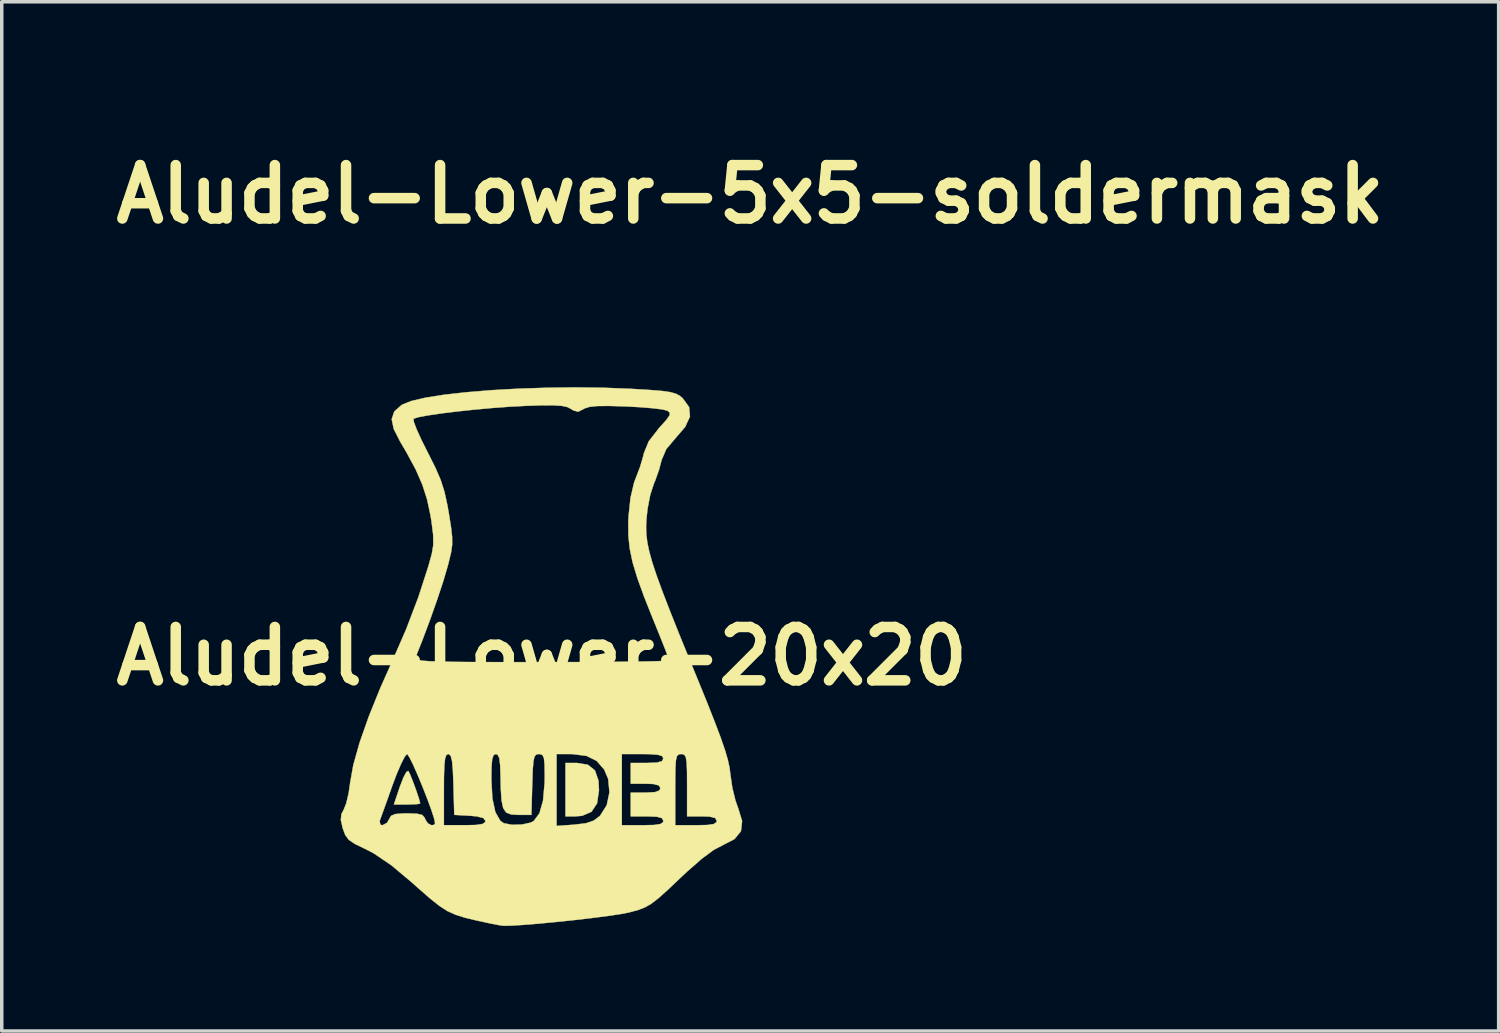
<source format=kicad_pcb>
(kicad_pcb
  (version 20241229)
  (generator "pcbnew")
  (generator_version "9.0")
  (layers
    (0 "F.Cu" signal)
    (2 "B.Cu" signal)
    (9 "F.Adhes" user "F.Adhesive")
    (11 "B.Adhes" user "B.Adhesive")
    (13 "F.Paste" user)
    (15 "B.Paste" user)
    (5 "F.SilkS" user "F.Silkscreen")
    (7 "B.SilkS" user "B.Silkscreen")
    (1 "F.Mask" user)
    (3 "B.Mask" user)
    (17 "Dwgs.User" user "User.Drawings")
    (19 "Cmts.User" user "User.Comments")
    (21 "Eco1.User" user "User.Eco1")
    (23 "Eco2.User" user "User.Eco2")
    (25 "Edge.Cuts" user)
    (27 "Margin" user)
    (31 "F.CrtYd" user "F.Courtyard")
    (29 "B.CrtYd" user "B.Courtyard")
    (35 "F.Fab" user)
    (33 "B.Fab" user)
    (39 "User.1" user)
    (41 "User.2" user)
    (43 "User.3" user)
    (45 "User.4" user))
  (footprint "Aludel-Lower-20x20"
    (layer "F.Cu")
    (at 12.417 15.684)
    (property "Reference" "Aludel-Lower-20x20" (at 0 0 0) (layer "F.SilkS") (effects (font (size 1.524 1.524) (thickness 0.3))))
    (attr through_hole)
    (fp_poly (pts (xy 1.316 3.099) (xy 1.518 3.261) (xy 1.618 3.549) (xy 1.634 3.83) (xy 1.579 4.201) (xy 1.421 4.44) (xy 1.152 4.557) (xy 0.964 4.572) (xy 0.677 4.572) (xy 0.677 3.048) (xy 1.003 3.048) (xy 1.316 3.099)) (stroke (width 0.01) (type solid)) (fill yes) (layer "F.SilkS"))
    (fp_poly (pts (xy -3.758 3.378) (xy -3.676 3.583) (xy -3.586 3.828) (xy -3.511 4.051) (xy -3.473 4.193) (xy -3.471 4.206) (xy -3.547 4.222) (xy -3.738 4.232) (xy -3.847 4.233) (xy -4.222 4.233) (xy -4.048 3.718) (xy -3.951 3.467) (xy -3.866 3.307) (xy -3.811 3.274) (xy -3.758 3.378)) (stroke (width 0.01) (type solid)) (fill yes) (layer "F.SilkS"))
    (fp_poly (pts (xy 1.771 -7.664) (xy 2.558 -7.633) (xy 2.605 -7.63) (xy 3.087 -7.601) (xy 3.431 -7.573) (xy 3.667 -7.539) (xy 3.826 -7.495) (xy 3.939 -7.435) (xy 4.023 -7.365) (xy 4.207 -7.112) (xy 4.231 -6.842) (xy 4.094 -6.545) (xy 3.853 -6.266) (xy 3.556 -5.914) (xy 3.42 -5.598) (xy 3.419 -5.592) (xy 3.349 -5.324) (xy 3.239 -5.014) (xy 3.198 -4.917) (xy 3.097 -4.607) (xy 3.02 -4.207) (xy 2.988 -3.901) (xy 2.979 -3.686) (xy 2.986 -3.473) (xy 3.014 -3.247) (xy 3.068 -2.989) (xy 3.153 -2.683) (xy 3.275 -2.314) (xy 3.439 -1.864) (xy 3.65 -1.317) (xy 3.913 -0.656) (xy 4.235 0.135) (xy 4.44 0.635) (xy 4.721 1.325) (xy 4.941 1.882) (xy 5.108 2.324) (xy 5.229 2.675) (xy 5.311 2.954) (xy 5.361 3.183) (xy 5.386 3.382) (xy 5.387 3.387) (xy 5.44 3.755) (xy 5.531 4.125) (xy 5.606 4.334) (xy 5.72 4.705) (xy 5.687 4.996) (xy 5.503 5.221) (xy 5.177 5.39) (xy 4.91 5.53) (xy 4.573 5.779) (xy 4.152 6.147) (xy 3.933 6.353) (xy 3.587 6.681) (xy 3.328 6.912) (xy 3.124 7.069) (xy 2.941 7.173) (xy 2.746 7.247) (xy 2.506 7.312) (xy 2.493 7.316) (xy 2.252 7.362) (xy 1.882 7.417) (xy 1.422 7.476) (xy 0.908 7.536) (xy 0.379 7.591) (xy -0.127 7.639) (xy -0.572 7.674) (xy -0.918 7.694) (xy -1.101 7.696) (xy -1.241 7.675) (xy -1.495 7.625) (xy -1.812 7.556) (xy -1.863 7.545) (xy -2.198 7.464) (xy -2.462 7.381) (xy -2.693 7.277) (xy -2.924 7.128) (xy -3.192 6.915) (xy -3.533 6.617) (xy -3.712 6.457) (xy -4.294 5.969) (xy -4.799 5.627) (xy -5.04 5.502) (xy -5.332 5.362) (xy -5.508 5.244) (xy -5.61 5.107) (xy -5.68 4.92) (xy -5.729 4.705) (xy -4.628 4.705) (xy -4.609 4.81) (xy -4.544 4.826) (xy -4.416 4.755) (xy -4.36 4.657) (xy -4.302 4.557) (xy -4.178 4.506) (xy -3.945 4.488) (xy -3.839 4.487) (xy -3.562 4.497) (xy -3.411 4.534) (xy -3.341 4.614) (xy -3.327 4.657) (xy -3.251 4.773) (xy -3.14 4.831) (xy -3.058 4.804) (xy -3.047 4.763) (xy -3.076 4.624) (xy -3.155 4.381) (xy -3.269 4.07) (xy -3.371 3.81) (xy -2.794 3.81) (xy -2.794 4.826) (xy -2.201 4.826) (xy -1.877 4.818) (xy -1.691 4.79) (xy -1.615 4.736) (xy -1.609 4.703) (xy -1.666 4.622) (xy -1.854 4.573) (xy -2.053 4.555) (xy -2.498 4.53) (xy -2.522 3.662) (xy -2.527 3.518) (xy -1.439 3.518) (xy -1.41 4.06) (xy -1.324 4.456) (xy -1.182 4.701) (xy -1.081 4.769) (xy -0.847 4.814) (xy -0.564 4.805) (xy -0.317 4.751) (xy -0.23 4.706) (xy -0.068 4.489) (xy 0.036 4.126) (xy 0.082 3.611) (xy 0.085 3.408) (xy 0.08 3.09) (xy 0.061 2.905) (xy 0.016 2.818) (xy -0.062 2.794) (xy -0.082 2.794) (xy 0.423 2.794) (xy 0.423 4.846) (xy 0.935 4.809) (xy 1.263 4.769) (xy 1.484 4.694) (xy 1.658 4.561) (xy 1.666 4.553) (xy 1.855 4.255) (xy 1.933 3.885) (xy 1.896 3.504) (xy 1.783 3.236) (xy 1.566 2.988) (xy 1.277 2.846) (xy 0.877 2.795) (xy 0.799 2.794) (xy 2.286 2.794) (xy 2.286 4.826) (xy 2.879 4.826) (xy 3.201 4.819) (xy 3.385 4.792) (xy 3.463 4.739) (xy 3.471 4.699) (xy 3.43 4.622) (xy 3.283 4.583) (xy 3.006 4.572) (xy 2.54 4.572) (xy 2.54 3.895) (xy 2.963 3.895) (xy 3.23 3.881) (xy 3.36 3.834) (xy 3.369 3.81) (xy 3.81 3.81) (xy 3.81 4.826) (xy 4.403 4.826) (xy 4.725 4.819) (xy 4.909 4.792) (xy 4.987 4.739) (xy 4.995 4.699) (xy 4.95 4.619) (xy 4.793 4.58) (xy 4.572 4.572) (xy 4.149 4.572) (xy 4.149 3.683) (xy 4.147 3.286) (xy 4.136 3.029) (xy 4.112 2.881) (xy 4.069 2.813) (xy 4.001 2.794) (xy 3.979 2.794) (xy 3.908 2.804) (xy 3.86 2.853) (xy 3.831 2.968) (xy 3.816 3.178) (xy 3.811 3.511) (xy 3.81 3.81) (xy 3.369 3.81) (xy 3.387 3.768) (xy 3.341 3.688) (xy 3.184 3.649) (xy 2.963 3.641) (xy 2.54 3.641) (xy 2.54 3.048) (xy 3.006 3.048) (xy 3.286 3.037) (xy 3.431 2.997) (xy 3.471 2.921) (xy 3.436 2.852) (xy 3.311 2.813) (xy 3.064 2.796) (xy 2.879 2.794) (xy 2.286 2.794) (xy 0.799 2.794) (xy 0.423 2.794) (xy -0.082 2.794) (xy -0.157 2.807) (xy -0.207 2.867) (xy -0.238 3.003) (xy -0.258 3.245) (xy -0.271 3.625) (xy -0.272 3.662) (xy -0.296 4.53) (xy -0.674 4.53) (xy -0.876 4.518) (xy -1.014 4.463) (xy -1.1 4.34) (xy -1.148 4.12) (xy -1.17 3.777) (xy -1.177 3.45) (xy -1.188 3.108) (xy -1.214 2.905) (xy -1.261 2.811) (xy -1.312 2.794) (xy -1.376 2.825) (xy -1.415 2.936) (xy -1.434 3.158) (xy -1.439 3.518) (xy -2.527 3.518) (xy -2.538 3.257) (xy -2.561 2.996) (xy -2.597 2.851) (xy -2.65 2.797) (xy -2.67 2.794) (xy -2.724 2.821) (xy -2.76 2.921) (xy -2.781 3.118) (xy -2.792 3.437) (xy -2.794 3.81) (xy -3.371 3.81) (xy -3.403 3.729) (xy -3.542 3.394) (xy -3.671 3.102) (xy -3.775 2.891) (xy -3.839 2.796) (xy -3.845 2.794) (xy -3.912 2.869) (xy -4.017 3.073) (xy -4.145 3.372) (xy -4.264 3.689) (xy -4.396 4.061) (xy -4.511 4.381) (xy -4.594 4.61) (xy -4.628 4.705) (xy -5.729 4.705) (xy -5.737 4.675) (xy -5.719 4.506) (xy -5.656 4.385) (xy -5.582 4.201) (xy -5.514 3.914) (xy -5.472 3.622) (xy -5.381 3.108) (xy -5.202 2.471) (xy -4.942 1.73) (xy -4.607 0.902) (xy -4.28 0.169) (xy -3.875 -0.761) (xy -3.52 -1.693) (xy -3.236 -2.572) (xy -3.137 -2.93) (xy -3.097 -3.176) (xy -3.101 -3.47) (xy -3.15 -3.86) (xy -3.176 -4.016) (xy -3.273 -4.472) (xy -3.407 -4.892) (xy -3.596 -5.325) (xy -3.861 -5.817) (xy -4.04 -6.121) (xy -4.226 -6.486) (xy -4.284 -6.765) (xy -4.28 -6.777) (xy -3.663 -6.777) (xy -3.651 -6.685) (xy -3.571 -6.475) (xy -3.437 -6.179) (xy -3.26 -5.827) (xy -3.26 -5.827) (xy -3.039 -5.386) (xy -2.884 -5.028) (xy -2.777 -4.69) (xy -2.694 -4.312) (xy -2.653 -4.076) (xy -2.59 -3.683) (xy -2.559 -3.402) (xy -2.558 -3.177) (xy -2.591 -2.952) (xy -2.659 -2.673) (xy -2.695 -2.538) (xy -2.814 -2.134) (xy -2.983 -1.624) (xy -3.182 -1.06) (xy -3.395 -0.49) (xy -3.598 0.021) (xy -3.605 0.057) (xy -3.583 0.087) (xy -3.519 0.11) (xy -3.398 0.129) (xy -3.205 0.144) (xy -2.926 0.154) (xy -2.545 0.161) (xy -2.05 0.166) (xy -1.424 0.168) (xy -0.654 0.169) (xy -0.009 0.169) (xy 0.759 0.168) (xy 1.471 0.165) (xy 2.112 0.16) (xy 2.663 0.154) (xy 3.108 0.147) (xy 3.429 0.138) (xy 3.608 0.128) (xy 3.641 0.122) (xy 3.61 0.031) (xy 3.527 -0.188) (xy 3.401 -0.504) (xy 3.246 -0.889) (xy 3.182 -1.044) (xy 2.922 -1.697) (xy 2.729 -2.231) (xy 2.594 -2.677) (xy 2.512 -3.069) (xy 2.473 -3.439) (xy 2.47 -3.819) (xy 2.477 -3.983) (xy 2.534 -4.524) (xy 2.636 -4.958) (xy 2.685 -5.087) (xy 2.803 -5.394) (xy 2.895 -5.704) (xy 2.914 -5.791) (xy 3.055 -6.136) (xy 3.355 -6.522) (xy 3.356 -6.523) (xy 3.556 -6.744) (xy 3.65 -6.877) (xy 3.654 -6.955) (xy 3.583 -7.01) (xy 3.583 -7.011) (xy 3.441 -7.045) (xy 3.169 -7.079) (xy 2.807 -7.109) (xy 2.393 -7.131) (xy 1.921 -7.145) (xy 1.588 -7.142) (xy 1.366 -7.119) (xy 1.225 -7.075) (xy 1.187 -7.053) (xy 1.037 -6.978) (xy 0.898 -7.019) (xy 0.833 -7.061) (xy 0.724 -7.115) (xy 0.563 -7.148) (xy 0.319 -7.163) (xy -0.038 -7.161) (xy -0.458 -7.147) (xy -0.912 -7.123) (xy -1.411 -7.086) (xy -1.925 -7.039) (xy -2.423 -6.986) (xy -2.876 -6.93) (xy -3.253 -6.874) (xy -3.524 -6.823) (xy -3.659 -6.78) (xy -3.663 -6.777) (xy -4.28 -6.777) (xy -4.212 -6.984) (xy -4.008 -7.166) (xy -3.98 -7.184) (xy -3.724 -7.286) (xy -3.321 -7.38) (xy -2.792 -7.464) (xy -2.161 -7.535) (xy -1.449 -7.594) (xy -0.677 -7.637) (xy 0.131 -7.664) (xy 0.955 -7.674) (xy 1.771 -7.664)) (stroke (width 0.01) (type solid)) (fill yes) (layer "F.SilkS")))
  (footprint "Aludel-Lower-5x5-soldermask"
    (layer "F.Cu")
    (at 18.368 2.498)
    (property "Reference" "Aludel-Lower-5x5-soldermask" (at 0 0 0) (layer "F.SilkS") (effects (font (size 1.524 1.524) (thickness 0.3))))
    (attr board_only exclude_from_pos_files exclude_from_bom)
    (fp_poly (pts (xy 0.046 -2.496) (xy 0.095 -2.486) (xy 0.109 -2.479) (xy 0.135 -2.465) (xy 0.175 -2.442) (xy 0.225 -2.412) (xy 0.287 -2.375) (xy 0.357 -2.332) (xy 0.436 -2.284) (xy 0.522 -2.232) (xy 0.614 -2.175) (xy 0.711 -2.115) (xy 0.812 -2.053) (xy 0.917 -1.988) (xy 1.023 -1.922) (xy 1.131 -1.855) (xy 1.239 -1.787) (xy 1.345 -1.721) (xy 1.449 -1.655) (xy 1.551 -1.592) (xy 1.648 -1.531) (xy 1.739 -1.473) (xy 1.825 -1.418) (xy 1.903 -1.368) (xy 1.973 -1.324) (xy 2.034 -1.284) (xy 2.084 -1.252) (xy 2.122 -1.226) (xy 2.148 -1.208) (xy 2.161 -1.198) (xy 2.185 -1.17) (xy 2.208 -1.136) (xy 2.221 -1.112) (xy 2.246 -1.061) (xy 2.249 -0.722) (xy 2.249 -0.618) (xy 2.249 -0.532) (xy 2.249 -0.463) (xy 2.247 -0.41) (xy 2.245 -0.373) (xy 2.243 -0.352) (xy 2.242 -0.35) (xy 2.224 -0.314) (xy 2.194 -0.282) (xy 2.157 -0.258) (xy 2.136 -0.25) (xy 2.124 -0.248) (xy 2.102 -0.246) (xy 2.068 -0.245) (xy 2.023 -0.244) (xy 1.966 -0.243) (xy 1.896 -0.242) (xy 1.812 -0.242) (xy 1.713 -0.242) (xy 1.599 -0.242) (xy 1.469 -0.242) (xy 1.381 -0.242) (xy 1.251 -0.243) (xy 1.137 -0.243) (xy 1.038 -0.243) (xy 0.953 -0.244) (xy 0.88 -0.244) (xy 0.82 -0.245) (xy 0.77 -0.247) (xy 0.729 -0.249) (xy 0.696 -0.253) (xy 0.671 -0.257) (xy 0.652 -0.262) (xy 0.638 -0.269) (xy 0.628 -0.277) (xy 0.621 -0.287) (xy 0.615 -0.299) (xy 0.61 -0.312) (xy 0.605 -0.328) (xy 0.598 -0.345) (xy 0.549 -0.44) (xy 0.489 -0.522) (xy 0.418 -0.592) (xy 0.335 -0.65) (xy 0.273 -0.683) (xy 0.209 -0.71) (xy 0.149 -0.728) (xy 0.088 -0.738) (xy 0.018 -0.742) (xy 0 -0.742) (xy -0.07 -0.74) (xy -0.131 -0.732) (xy -0.187 -0.717) (xy -0.247 -0.694) (xy -0.288 -0.675) (xy -0.379 -0.621) (xy -0.458 -0.555) (xy -0.525 -0.477) (xy -0.579 -0.387) (xy -0.619 -0.292) (xy -0.63 -0.244) (xy -0.638 -0.186) (xy -0.643 -0.122) (xy -0.643 -0.058) (xy -0.639 -0.000205) (xy -0.632 0.036) (xy -0.602 0.131) (xy -0.556 0.22) (xy -0.496 0.303) (xy -0.425 0.377) (xy -0.344 0.441) (xy -0.255 0.492) (xy -0.185 0.521) (xy -0.153 0.531) (xy -0.126 0.538) (xy -0.098 0.542) (xy -0.063 0.544) (xy -0.018 0.545) (xy -0.004 0.545) (xy 0.065 0.543) (xy 0.123 0.538) (xy 0.175 0.527) (xy 0.226 0.509) (xy 0.282 0.484) (xy 0.289 0.48) (xy 0.373 0.431) (xy 0.445 0.372) (xy 0.508 0.302) (xy 0.562 0.218) (xy 0.594 0.157) (xy 0.612 0.121) (xy 0.63 0.09) (xy 0.644 0.069) (xy 0.652 0.06) (xy 0.664 0.059) (xy 0.691 0.057) (xy 0.732 0.056) (xy 0.786 0.055) (xy 0.851 0.054) (xy 0.925 0.053) (xy 1.007 0.052) (xy 1.096 0.052) (xy 1.19 0.051) (xy 1.287 0.051) (xy 1.385 0.051) (xy 1.484 0.051) (xy 1.582 0.051) (xy 1.677 0.052) (xy 1.768 0.052) (xy 1.852 0.053) (xy 1.93 0.054) (xy 1.998 0.055) (xy 2.056 0.056) (xy 2.102 0.057) (xy 2.134 0.059) (xy 2.151 0.06) (xy 2.153 0.061) (xy 2.192 0.084) (xy 2.225 0.123) (xy 2.234 0.139) (xy 2.237 0.144) (xy 2.239 0.15) (xy 2.241 0.158) (xy 2.242 0.169) (xy 2.244 0.184) (xy 2.245 0.203) (xy 2.246 0.227) (xy 2.247 0.258) (xy 2.248 0.296) (xy 2.249 0.343) (xy 2.249 0.398) (xy 2.25 0.464) (xy 2.25 0.54) (xy 2.25 0.629) (xy 2.25 0.73) (xy 2.25 0.844) (xy 2.25 0.973) (xy 2.251 1.117) (xy 2.251 1.276) (xy 2.25 1.44) (xy 2.25 1.589) (xy 2.25 1.722) (xy 2.25 1.84) (xy 2.25 1.945) (xy 2.249 2.036) (xy 2.249 2.115) (xy 2.248 2.183) (xy 2.247 2.24) (xy 2.247 2.287) (xy 2.246 2.325) (xy 2.245 2.355) (xy 2.243 2.377) (xy 2.242 2.393) (xy 2.24 2.403) (xy 2.239 2.408) (xy 2.219 2.44) (xy 2.187 2.469) (xy 2.152 2.492) (xy 2.133 2.499) (xy 2.119 2.501) (xy 2.088 2.502) (xy 2.042 2.503) (xy 1.979 2.504) (xy 1.899 2.505) (xy 1.803 2.506) (xy 1.69 2.507) (xy 1.56 2.507) (xy 1.414 2.507) (xy 1.25 2.508) (xy 1.099 2.507) (xy 0.944 2.507) (xy 0.804 2.507) (xy 0.68 2.507) (xy 0.57 2.507) (xy 0.474 2.506) (xy 0.39 2.506) (xy 0.318 2.505) (xy 0.256 2.504) (xy 0.204 2.504) (xy 0.161 2.503) (xy 0.126 2.501) (xy 0.097 2.5) (xy 0.075 2.499) (xy 0.057 2.497) (xy 0.044 2.495) (xy 0.039 2.494) (xy -0.001 2.484) (xy -0.042 2.469) (xy -0.069 2.458) (xy -0.087 2.448) (xy -0.118 2.429) (xy -0.161 2.404) (xy -0.215 2.371) (xy -0.279 2.331) (xy -0.352 2.286) (xy -0.433 2.236) (xy -0.521 2.181) (xy -0.615 2.123) (xy -0.714 2.061) (xy -0.817 1.997) (xy -0.922 1.931) (xy -1.029 1.864) (xy -1.137 1.796) (xy -1.245 1.728) (xy -1.352 1.661) (xy -1.456 1.595) (xy -1.557 1.532) (xy -1.653 1.47) (xy -1.744 1.413) (xy -1.829 1.359) (xy -1.906 1.309) (xy -1.975 1.265) (xy -2.035 1.227) (xy -2.084 1.195) (xy -2.121 1.17) (xy -2.146 1.153) (xy -2.158 1.145) (xy -2.158 1.145) (xy -2.186 1.112) (xy -2.212 1.073) (xy -2.222 1.053) (xy -2.246 1.001) (xy -2.246 -1.061) (xy -2.221 -1.112) (xy -2.202 -1.146) (xy -2.177 -1.179) (xy -2.161 -1.198) (xy -2.148 -1.208) (xy -2.122 -1.226) (xy -2.083 -1.252) (xy -2.033 -1.285) (xy -1.973 -1.324) (xy -1.903 -1.369) (xy -1.824 -1.419) (xy -1.739 -1.473) (xy -1.647 -1.531) (xy -1.55 -1.592) (xy -1.449 -1.656) (xy -1.344 -1.721) (xy -1.238 -1.788) (xy -1.13 -1.855) (xy -1.023 -1.922) (xy -0.916 -1.988) (xy -0.812 -2.053) (xy -0.71 -2.116) (xy -0.613 -2.176) (xy -0.521 -2.232) (xy -0.435 -2.285) (xy -0.356 -2.333) (xy -0.286 -2.375) (xy -0.225 -2.412) (xy -0.174 -2.442) (xy -0.135 -2.465) (xy -0.108 -2.48) (xy -0.095 -2.486) (xy -0.026 -2.498)) (stroke (width 0) (type solid)) (fill yes) (layer "F.Mask")))
  (gr_rect
    (start -3 -3)
    (end 39.736 26.385)
    (stroke (width 0.1) (type default))
    (fill no)
    (layer "Edge.Cuts")))
</source>
